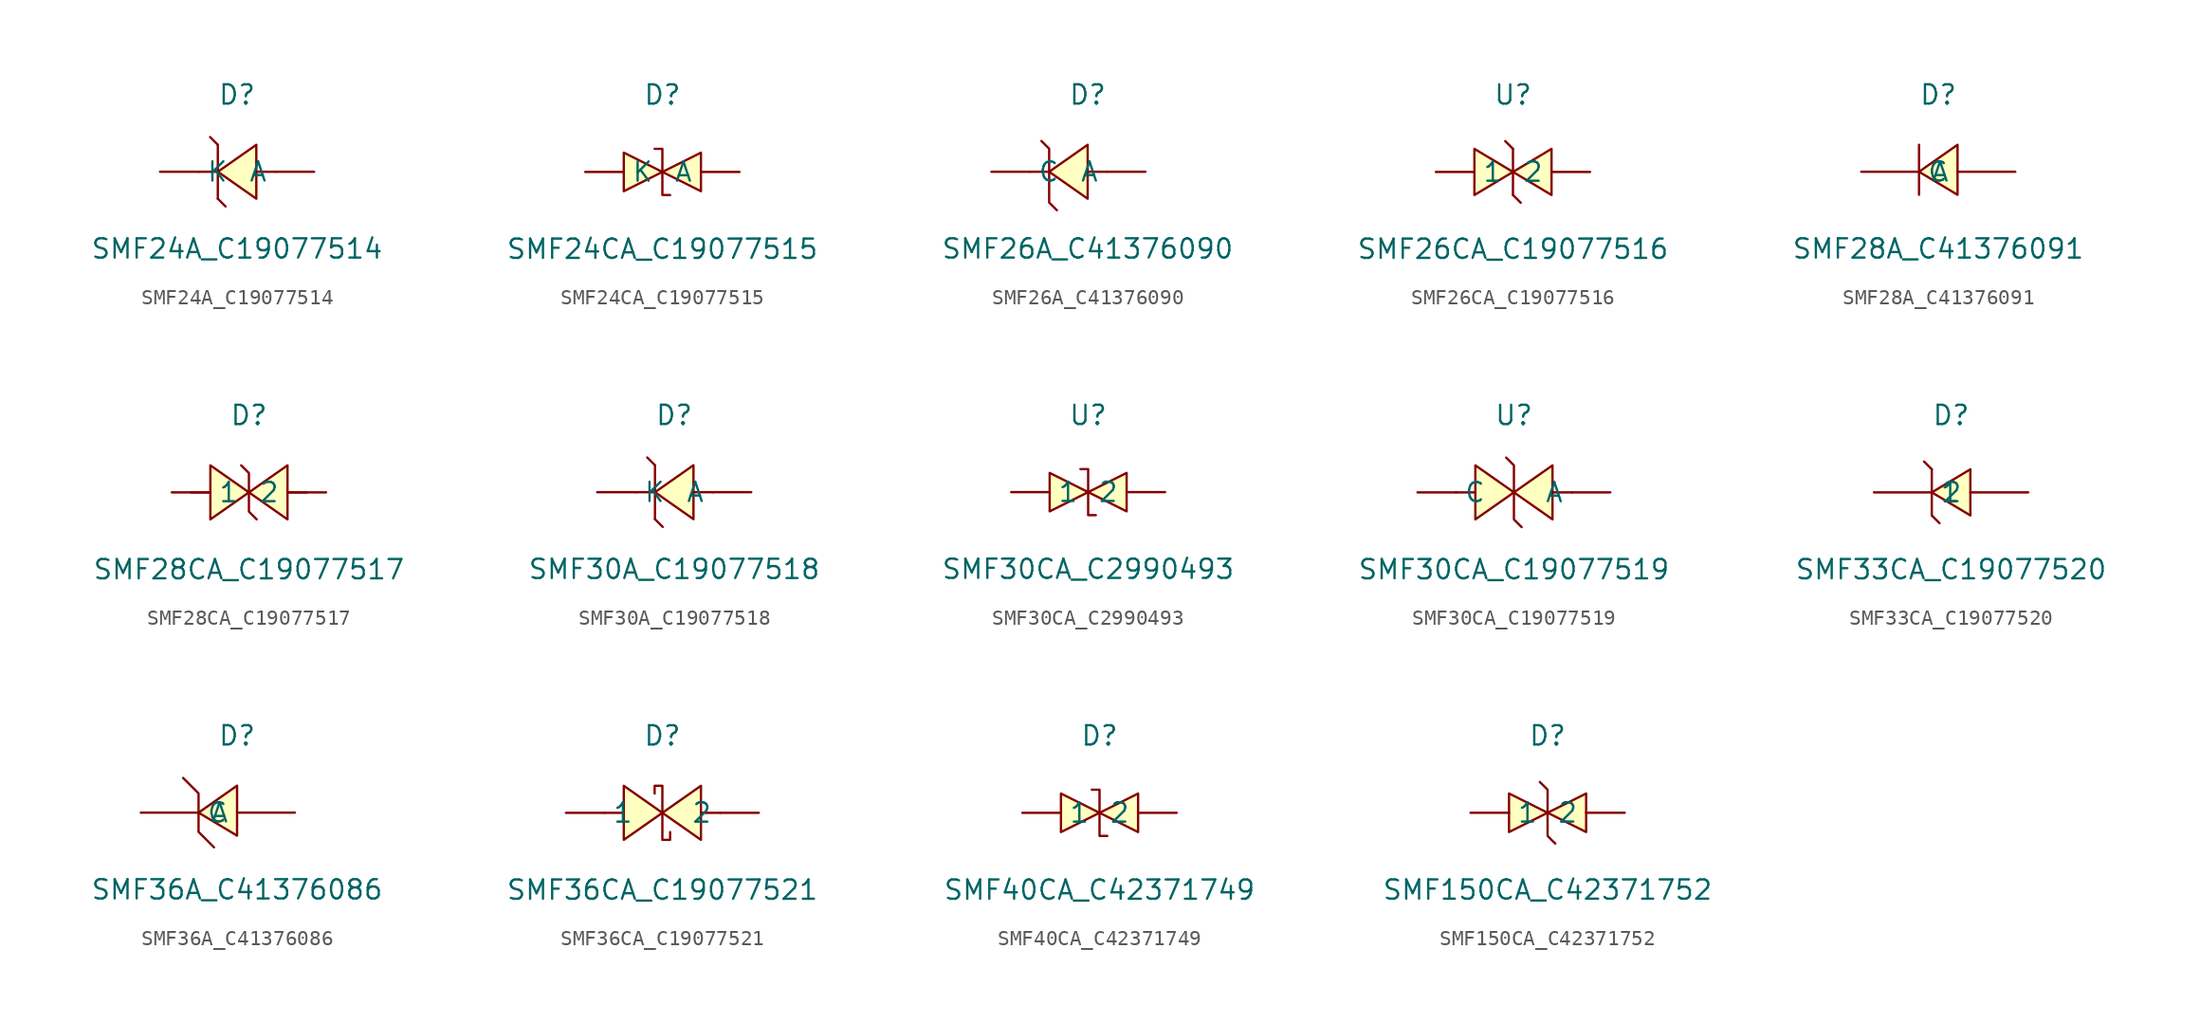
<source format=kicad_sym>
(kicad_symbol_lib
  (version 20241209)
  (generator "kicad_symbol_editor")
  (generator_version "9.0")
  (symbol "SMF24A_C19077514"
    (pin_numbers
      (hide yes))
    (property "Reference" "D"
      (at 0 5.08 0)
      (effects (font (size 1.27 1.27))))
    (property "Value" "SMF24A_C19077514"
      (at 0 -5.08 0)
      (effects (font (size 1.27 1.27))))
    (symbol "SMF24A_C19077514_0_1"
      (polyline (pts (xy -1.27 1.78) (xy -1.78 2.29)) (stroke (width 0) (type default)) (fill (type none)))
      (polyline (pts (xy -1.27 1.78) (xy -1.27 -1.78)) (stroke (width 0) (type default)) (fill (type none)))
      (polyline (pts (xy -1.27 0) (xy -2.54 0)) (stroke (width 0) (type default)) (fill (type none)))
      (polyline (pts (xy -1.27 -1.78) (xy -0.76 -2.29)) (stroke (width 0) (type default)) (fill (type none)))
      (polyline (pts (xy 1.27 1.78) (xy -1.27 0) (xy 1.27 -1.78) (xy 1.27 1.78)) (stroke (width 0) (type default)) (fill (type background)))
      (polyline (pts (xy 2.54 0) (xy 1.27 0)) (stroke (width 0) (type default)) (fill (type none)))
      (pin unspecified line (at -5.08 0 0) (length 2.54) (name "K" (effects (font (size 1.27 1.27)))) (number "1" (effects (font (size 1.27 1.27)))))
      (pin unspecified line (at 5.08 0 180) (length 2.54) (name "A" (effects (font (size 1.27 1.27)))) (number "2" (effects (font (size 1.27 1.27)))))))
  (symbol "SMF24CA_C19077515"
    (pin_numbers
      (hide yes))
    (property "Reference" "D"
      (at 0 5.08 0)
      (effects (font (size 1.27 1.27))))
    (property "Value" "SMF24CA_C19077515"
      (at 0 -5.08 0)
      (effects (font (size 1.27 1.27))))
    (symbol "SMF24CA_C19077515_0_1"
      (polyline (pts (xy -2.54 1.27) (xy 0 0) (xy -2.54 -1.27) (xy -2.54 1.27)) (stroke (width 0) (type default)) (fill (type background)))
      (polyline (pts (xy -0.51 1.52) (xy -0.51 1.52) (xy 0 1.52) (xy 0 -1.52) (xy 0.51 -1.52) (xy 0.51 -1.52)) (stroke (width 0) (type default)) (fill (type none)))
      (polyline (pts (xy 2.54 1.27) (xy 0 0) (xy 2.54 -1.27) (xy 2.54 1.27)) (stroke (width 0) (type default)) (fill (type background)))
      (pin unspecified line (at -5.08 0 0) (length 2.54) (name "K" (effects (font (size 1.27 1.27)))) (number "1" (effects (font (size 1.27 1.27)))))
      (pin unspecified line (at 5.08 0 180) (length 2.54) (name "A" (effects (font (size 1.27 1.27)))) (number "2" (effects (font (size 1.27 1.27)))))))
  (symbol "SMF26A_C41376090"
    (pin_numbers
      (hide yes))
    (property "Reference" "D"
      (at 0 5.08 0)
      (effects (font (size 1.27 1.27))))
    (property "Value" "SMF26A_C41376090"
      (at 0 -5.08 0)
      (effects (font (size 1.27 1.27))))
    (symbol "SMF26A_C41376090_0_1"
      (polyline (pts (xy -3.05 2.03) (xy -3.05 2.03) (xy -2.54 1.52) (xy -2.54 -2.03) (xy -2.03 -2.54) (xy -2.03 -2.54)) (stroke (width 0) (type default)) (fill (type none)))
      (polyline (pts (xy -2.54 0) (xy -3.81 0)) (stroke (width 0) (type default)) (fill (type none)))
      (polyline (pts (xy 0 1.78) (xy -2.54 0) (xy 0 -1.78) (xy 0 1.78)) (stroke (width 0) (type default)) (fill (type background)))
      (polyline (pts (xy 1.27 0) (xy 0 0)) (stroke (width 0) (type default)) (fill (type none)))
      (pin unspecified line (at -6.35 0 0) (length 2.54) (name "C" (effects (font (size 1.27 1.27)))) (number "1" (effects (font (size 1.27 1.27)))))
      (pin unspecified line (at 3.81 0 180) (length 2.54) (name "A" (effects (font (size 1.27 1.27)))) (number "2" (effects (font (size 1.27 1.27)))))))
  (symbol "SMF26CA_C19077516"
    (pin_numbers
      (hide yes))
    (property "Reference" "U"
      (at 0 5.08 0)
      (effects (font (size 1.27 1.27))))
    (property "Value" "SMF26CA_C19077516"
      (at 0 -5.08 0)
      (effects (font (size 1.27 1.27))))
    (symbol "SMF26CA_C19077516_0_1"
      (polyline (pts (xy -2.54 1.52) (xy 0 0) (xy -2.54 -1.52) (xy -2.54 1.52)) (stroke (width 0) (type default)) (fill (type background)))
      (polyline (pts (xy 0 1.52) (xy -0.51 2.03) (xy 0 1.52)) (stroke (width 0) (type default)) (fill (type background)))
      (polyline (pts (xy 0 -1.52) (xy 0 1.52)) (stroke (width 0) (type default)) (fill (type none)))
      (polyline (pts (xy 0 -1.52) (xy 0.51 -2.03) (xy 0 -1.52)) (stroke (width 0) (type default)) (fill (type background)))
      (polyline (pts (xy 2.54 1.52) (xy 0 0) (xy 2.54 -1.52) (xy 2.54 1.52)) (stroke (width 0) (type default)) (fill (type background)))
      (pin unspecified line (at -5.08 0 0) (length 2.54) (name "1" (effects (font (size 1.27 1.27)))) (number "1" (effects (font (size 1.27 1.27)))))
      (pin unspecified line (at 5.08 0 180) (length 2.54) (name "2" (effects (font (size 1.27 1.27)))) (number "2" (effects (font (size 1.27 1.27)))))))
  (symbol "SMF28A_C41376091"
    (pin_numbers
      (hide yes))
    (property "Reference" "D"
      (at 0 5.08 0)
      (effects (font (size 1.27 1.27))))
    (property "Value" "SMF28A_C41376091"
      (at 0 -5.08 0)
      (effects (font (size 1.27 1.27))))
    (symbol "SMF28A_C41376091_0_1"
      (polyline (pts (xy -1.27 1.78) (xy -1.27 1.52) (xy -1.27 -1.02) (xy -1.27 -1.52)) (stroke (width 0) (type default)) (fill (type none)))
      (polyline (pts (xy 1.27 -1.52) (xy -1.27 0) (xy 1.27 1.78) (xy 1.27 -1.52)) (stroke (width 0) (type default)) (fill (type background)))
      (pin unspecified line (at -5.08 0 0) (length 3.81) (name "C" (effects (font (size 1.27 1.27)))) (number "1" (effects (font (size 1.27 1.27)))))
      (pin unspecified line (at 5.08 0 180) (length 3.81) (name "A" (effects (font (size 1.27 1.27)))) (number "2" (effects (font (size 1.27 1.27)))))))
  (symbol "SMF28CA_C19077517"
    (pin_numbers
      (hide yes))
    (property "Reference" "D"
      (at 0 5.08 0)
      (effects (font (size 1.27 1.27))))
    (property "Value" "SMF28CA_C19077517"
      (at 0 -5.08 0)
      (effects (font (size 1.27 1.27))))
    (symbol "SMF28CA_C19077517_0_1"
      (polyline (pts (xy -3.81 0) (xy -2.54 0)) (stroke (width 0) (type default)) (fill (type none)))
      (polyline (pts (xy -2.54 -1.78) (xy 0 0) (xy -2.54 1.78) (xy -2.54 -1.78)) (stroke (width 0) (type default)) (fill (type background)))
      (polyline (pts (xy 0.51 -1.78) (xy 0 -1.27) (xy 0 1.27) (xy -0.51 1.78)) (stroke (width 0) (type default)) (fill (type none)))
      (polyline (pts (xy 2.54 1.78) (xy 0 0) (xy 2.54 -1.78) (xy 2.54 1.78)) (stroke (width 0) (type default)) (fill (type background)))
      (polyline (pts (xy 3.81 0) (xy 2.54 0)) (stroke (width 0) (type default)) (fill (type none)))
      (pin unspecified line (at -5.08 0 0) (length 2.54) (name "1" (effects (font (size 1.27 1.27)))) (number "1" (effects (font (size 1.27 1.27)))))
      (pin unspecified line (at 5.08 0 180) (length 2.54) (name "2" (effects (font (size 1.27 1.27)))) (number "2" (effects (font (size 1.27 1.27)))))))
  (symbol "SMF30A_C19077518"
    (pin_numbers
      (hide yes))
    (property "Reference" "D"
      (at 0 5.08 0)
      (effects (font (size 1.27 1.27))))
    (property "Value" "SMF30A_C19077518"
      (at 0 -5.08 0)
      (effects (font (size 1.27 1.27))))
    (symbol "SMF30A_C19077518_0_1"
      (polyline (pts (xy -1.27 1.78) (xy -1.78 2.29)) (stroke (width 0) (type default)) (fill (type none)))
      (polyline (pts (xy -1.27 1.78) (xy -1.27 -1.78)) (stroke (width 0) (type default)) (fill (type none)))
      (polyline (pts (xy -1.27 0) (xy -2.54 0)) (stroke (width 0) (type default)) (fill (type none)))
      (polyline (pts (xy -1.27 -1.78) (xy -0.76 -2.29)) (stroke (width 0) (type default)) (fill (type none)))
      (polyline (pts (xy 1.27 1.78) (xy -1.27 0) (xy 1.27 -1.78) (xy 1.27 1.78)) (stroke (width 0) (type default)) (fill (type background)))
      (polyline (pts (xy 2.54 0) (xy 1.27 0)) (stroke (width 0) (type default)) (fill (type none)))
      (pin unspecified line (at -5.08 0 0) (length 2.54) (name "K" (effects (font (size 1.27 1.27)))) (number "1" (effects (font (size 1.27 1.27)))))
      (pin unspecified line (at 5.08 0 180) (length 2.54) (name "A" (effects (font (size 1.27 1.27)))) (number "2" (effects (font (size 1.27 1.27)))))))
  (symbol "SMF30CA_C2990493"
    (pin_numbers
      (hide yes))
    (property "Reference" "U"
      (at 0 5.08 0)
      (effects (font (size 1.27 1.27))))
    (property "Value" "SMF30CA_C2990493"
      (at 0 -5.08 0)
      (effects (font (size 1.27 1.27))))
    (symbol "SMF30CA_C2990493_0_1"
      (polyline (pts (xy -2.54 1.27) (xy 0 0) (xy -2.54 -1.27) (xy -2.54 1.27)) (stroke (width 0) (type default)) (fill (type background)))
      (polyline (pts (xy -0.51 1.52) (xy -0.51 1.52) (xy 0 1.52) (xy 0 -1.52) (xy 0.51 -1.52) (xy 0.51 -1.52)) (stroke (width 0) (type default)) (fill (type none)))
      (polyline (pts (xy 2.54 1.27) (xy 0 0) (xy 2.54 -1.27) (xy 2.54 1.27)) (stroke (width 0) (type default)) (fill (type background)))
      (pin unspecified line (at -5.08 0 0) (length 2.54) (name "1" (effects (font (size 1.27 1.27)))) (number "1" (effects (font (size 1.27 1.27)))))
      (pin unspecified line (at 5.08 0 180) (length 2.54) (name "2" (effects (font (size 1.27 1.27)))) (number "2" (effects (font (size 1.27 1.27)))))))
  (symbol "SMF30CA_C19077519"
    (pin_numbers
      (hide yes))
    (property "Reference" "U"
      (at 0 5.08 0)
      (effects (font (size 1.27 1.27))))
    (property "Value" "SMF30CA_C19077519"
      (at 0 -5.08 0)
      (effects (font (size 1.27 1.27))))
    (symbol "SMF30CA_C19077519_0_1"
      (polyline (pts (xy -2.54 1.78) (xy 0 0) (xy -2.54 -1.78) (xy -2.54 1.78)) (stroke (width 0) (type default)) (fill (type background)))
      (polyline (pts (xy -2.54 0) (xy -3.81 0)) (stroke (width 0) (type default)) (fill (type none)))
      (polyline (pts (xy -0.51 2.29) (xy -0.51 2.29) (xy 0 1.78) (xy 0 -1.78) (xy 0.51 -2.29) (xy 0.51 -2.29)) (stroke (width 0) (type default)) (fill (type none)))
      (polyline (pts (xy 2.54 1.78) (xy 0 0) (xy 2.54 -1.78) (xy 2.54 1.78)) (stroke (width 0) (type default)) (fill (type background)))
      (polyline (pts (xy 3.81 0) (xy 2.54 0)) (stroke (width 0) (type default)) (fill (type none)))
      (pin unspecified line (at -6.35 0 0) (length 2.54) (name "C" (effects (font (size 1.27 1.27)))) (number "1" (effects (font (size 1.27 1.27)))))
      (pin unspecified line (at 6.35 0 180) (length 2.54) (name "A" (effects (font (size 1.27 1.27)))) (number "2" (effects (font (size 1.27 1.27)))))))
  (symbol "SMF33CA_C19077520"
    (pin_numbers
      (hide yes))
    (property "Reference" "D"
      (at 0 6.35 0)
      (effects (font (size 1.27 1.27))))
    (property "Value" "SMF33CA_C19077520"
      (at 0 -3.81 0)
      (effects (font (size 1.27 1.27))))
    (symbol "SMF33CA_C19077520_0_1"
      (polyline (pts (xy -1.27 2.79) (xy -1.78 3.3) (xy -1.27 2.79)) (stroke (width 0) (type default)) (fill (type background)))
      (polyline (pts (xy -1.27 -0.25) (xy -1.27 2.79)) (stroke (width 0) (type default)) (fill (type none)))
      (polyline (pts (xy -1.27 -0.25) (xy -0.76 -0.76) (xy -1.27 -0.25)) (stroke (width 0) (type default)) (fill (type background)))
      (polyline (pts (xy 1.27 2.79) (xy -1.27 1.27) (xy 1.27 -0.25) (xy 1.27 2.79)) (stroke (width 0) (type default)) (fill (type background)))
      (pin unspecified line (at -5.08 1.27 0) (length 3.81) (name "1" (effects (font (size 1.27 1.27)))) (number "1" (effects (font (size 1.27 1.27)))))
      (pin unspecified line (at 5.08 1.27 180) (length 3.81) (name "2" (effects (font (size 1.27 1.27)))) (number "2" (effects (font (size 1.27 1.27)))))))
  (symbol "SMF36A_C41376086"
    (pin_numbers
      (hide yes))
    (property "Reference" "D"
      (at 0 5.08 0)
      (effects (font (size 1.27 1.27))))
    (property "Value" "SMF36A_C41376086"
      (at 0 -5.08 0)
      (effects (font (size 1.27 1.27))))
    (symbol "SMF36A_C41376086_0_1"
      (polyline (pts (xy -3.56 2.29) (xy -2.54 1.27) (xy -2.54 -1.27) (xy -1.52 -2.29)) (stroke (width 0) (type default)) (fill (type none)))
      (polyline (pts (xy 0 -1.52) (xy -2.54 0) (xy 0 1.78) (xy 0 -1.52)) (stroke (width 0) (type default)) (fill (type background)))
      (pin unspecified line (at -6.35 0 0) (length 3.81) (name "C" (effects (font (size 1.27 1.27)))) (number "1" (effects (font (size 1.27 1.27)))))
      (pin unspecified line (at 3.81 0 180) (length 3.81) (name "A" (effects (font (size 1.27 1.27)))) (number "2" (effects (font (size 1.27 1.27)))))))
  (symbol "SMF36CA_C19077521"
    (pin_numbers
      (hide yes))
    (property "Reference" "D"
      (at 0 5.08 0)
      (effects (font (size 1.27 1.27))))
    (property "Value" "SMF36CA_C19077521"
      (at 0 -5.08 0)
      (effects (font (size 1.27 1.27))))
    (symbol "SMF36CA_C19077521_0_1"
      (polyline (pts (xy -2.54 0) (xy -3.81 0)) (stroke (width 0) (type default)) (fill (type none)))
      (polyline (pts (xy -2.54 -1.78) (xy 0 0) (xy -2.54 1.78) (xy -2.54 -1.78)) (stroke (width 0) (type default)) (fill (type background)))
      (polyline (pts (xy -0.51 1.27) (xy -0.51 1.78) (xy 0 1.78) (xy 0 -1.78) (xy 0.51 -1.78) (xy 0.51 -1.27)) (stroke (width 0) (type default)) (fill (type none)))
      (polyline (pts (xy 2.54 1.78) (xy 0 0) (xy 2.54 -1.78) (xy 2.54 1.78)) (stroke (width 0) (type default)) (fill (type background)))
      (polyline (pts (xy 3.81 0) (xy 2.54 0)) (stroke (width 0) (type default)) (fill (type none)))
      (pin unspecified line (at -6.35 0 0) (length 2.54) (name "1" (effects (font (size 1.27 1.27)))) (number "1" (effects (font (size 1.27 1.27)))))
      (pin unspecified line (at 6.35 0 180) (length 2.54) (name "2" (effects (font (size 1.27 1.27)))) (number "2" (effects (font (size 1.27 1.27)))))))
  (symbol "SMF40CA_C42371749"
    (pin_numbers
      (hide yes))
    (property "Reference" "D"
      (at 0 5.08 0)
      (effects (font (size 1.27 1.27))))
    (property "Value" "SMF40CA_C42371749"
      (at 0 -5.08 0)
      (effects (font (size 1.27 1.27))))
    (symbol "SMF40CA_C42371749_0_1"
      (polyline (pts (xy -2.54 1.27) (xy 0 0) (xy -2.54 -1.27) (xy -2.54 1.27)) (stroke (width 0) (type default)) (fill (type background)))
      (polyline (pts (xy -0.51 1.52) (xy -0.51 1.52) (xy 0 1.52) (xy 0 -1.52) (xy 0.51 -1.52) (xy 0.51 -1.52)) (stroke (width 0) (type default)) (fill (type none)))
      (polyline (pts (xy 2.54 1.27) (xy 0 0) (xy 2.54 -1.27) (xy 2.54 1.27)) (stroke (width 0) (type default)) (fill (type background)))
      (pin unspecified line (at -5.08 0 0) (length 2.54) (name "1" (effects (font (size 1.27 1.27)))) (number "1" (effects (font (size 1.27 1.27)))))
      (pin unspecified line (at 5.08 0 180) (length 2.54) (name "2" (effects (font (size 1.27 1.27)))) (number "2" (effects (font (size 1.27 1.27)))))))
  (symbol "SMF150CA_C42371752"
    (pin_numbers
      (hide yes))
    (property "Reference" "D"
      (at 0 5.08 0)
      (effects (font (size 1.27 1.27))))
    (property "Value" "SMF150CA_C42371752"
      (at 0 -5.08 0)
      (effects (font (size 1.27 1.27))))
    (symbol "SMF150CA_C42371752_0_1"
      (polyline (pts (xy -2.54 1.27) (xy 0 0) (xy -2.54 -1.27) (xy -2.54 1.27)) (stroke (width 0) (type default)) (fill (type background)))
      (polyline (pts (xy -0.51 2.03) (xy -0.51 2.03) (xy 0 1.52) (xy 0 -1.52) (xy 0.25 -1.78) (xy 0.51 -2.03)) (stroke (width 0) (type default)) (fill (type none)))
      (polyline (pts (xy 2.54 1.27) (xy 0 0) (xy 2.54 -1.27) (xy 2.54 1.27)) (stroke (width 0) (type default)) (fill (type background)))
      (pin unspecified line (at -5.08 0 0) (length 2.54) (name "1" (effects (font (size 1.27 1.27)))) (number "1" (effects (font (size 1.27 1.27)))))
      (pin unspecified line (at 5.08 0 180) (length 2.54) (name "2" (effects (font (size 1.27 1.27)))) (number "2" (effects (font (size 1.27 1.27))))))))
</source>
